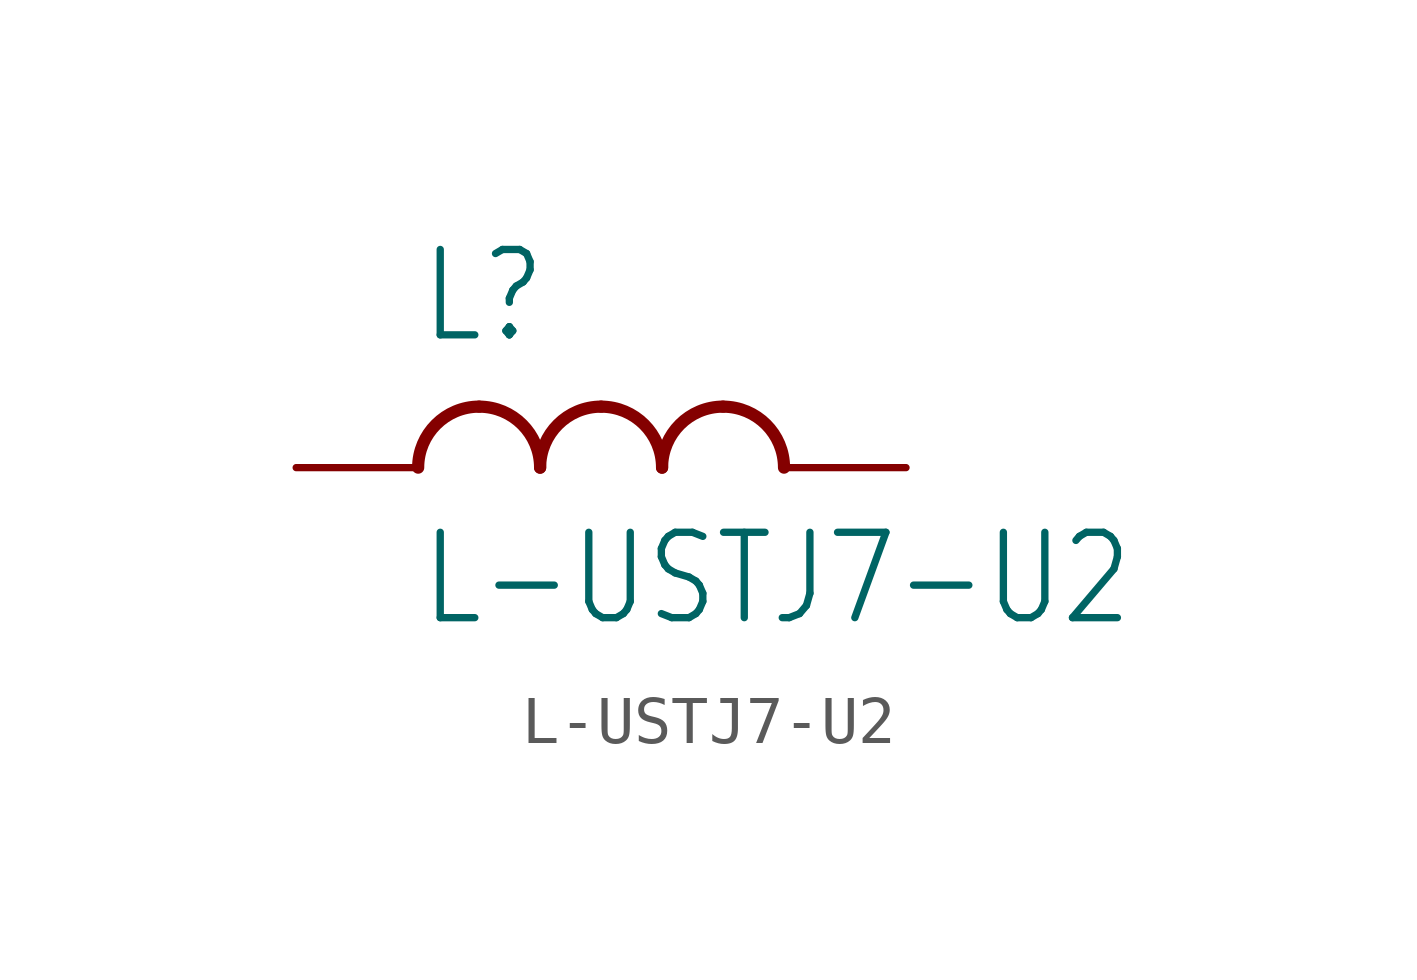
<source format=kicad_sym>
(kicad_symbol_lib
  (version 20211014)
  (generator kicad_symbol_editor)
  (symbol "L-USTJ7-U2"
    (property "Reference" "L"
      (at -5.08 2.54 0)
      (effects (font (size 1.778 1.511)) (justify left bottom)))
    (property "Value" "L-USTJ7-U2"
      (at -5.08 -1.27 0)
      (effects (font (size 1.778 1.511)) (justify left top)))
    (property "ki_locked" ""
      (at 0 0 0)
      (effects (font (size 1.27 1.27))))
    (symbol "L-USTJ7-U2_1_0"
      (arc (start -3.81 1.27) (mid -4.708 0.898) (end -5.08 0) (stroke (width 0.254) (type default) (color 0 0 0 0)) (fill (type none)))
      (arc (start -2.54 0) (mid -2.912 0.898) (end -3.81 1.27) (stroke (width 0.254) (type default) (color 0 0 0 0)) (fill (type none)))
      (arc (start -1.27 1.27) (mid -2.168 0.898) (end -2.54 0) (stroke (width 0.254) (type default) (color 0 0 0 0)) (fill (type none)))
      (arc (start 0 0) (mid -0.372 0.898) (end -1.27 1.27) (stroke (width 0.254) (type default) (color 0 0 0 0)) (fill (type none)))
      (arc (start 1.27 1.27) (mid 0.372 0.898) (end 0 0) (stroke (width 0.254) (type default) (color 0 0 0 0)) (fill (type none)))
      (arc (start 2.54 0) (mid 2.168 0.898) (end 1.27 1.27) (stroke (width 0.254) (type default) (color 0 0 0 0)) (fill (type none)))
      (pin passive line (at -7.62 0 0) (length 2.54) (name "1" (effects (font (size 0 0)))) (number "1" (effects (font (size 0 0)))))
      (pin passive line (at 5.08 0 180) (length 2.54) (name "2" (effects (font (size 0 0)))) (number "2" (effects (font (size 0 0))))))))
</source>
